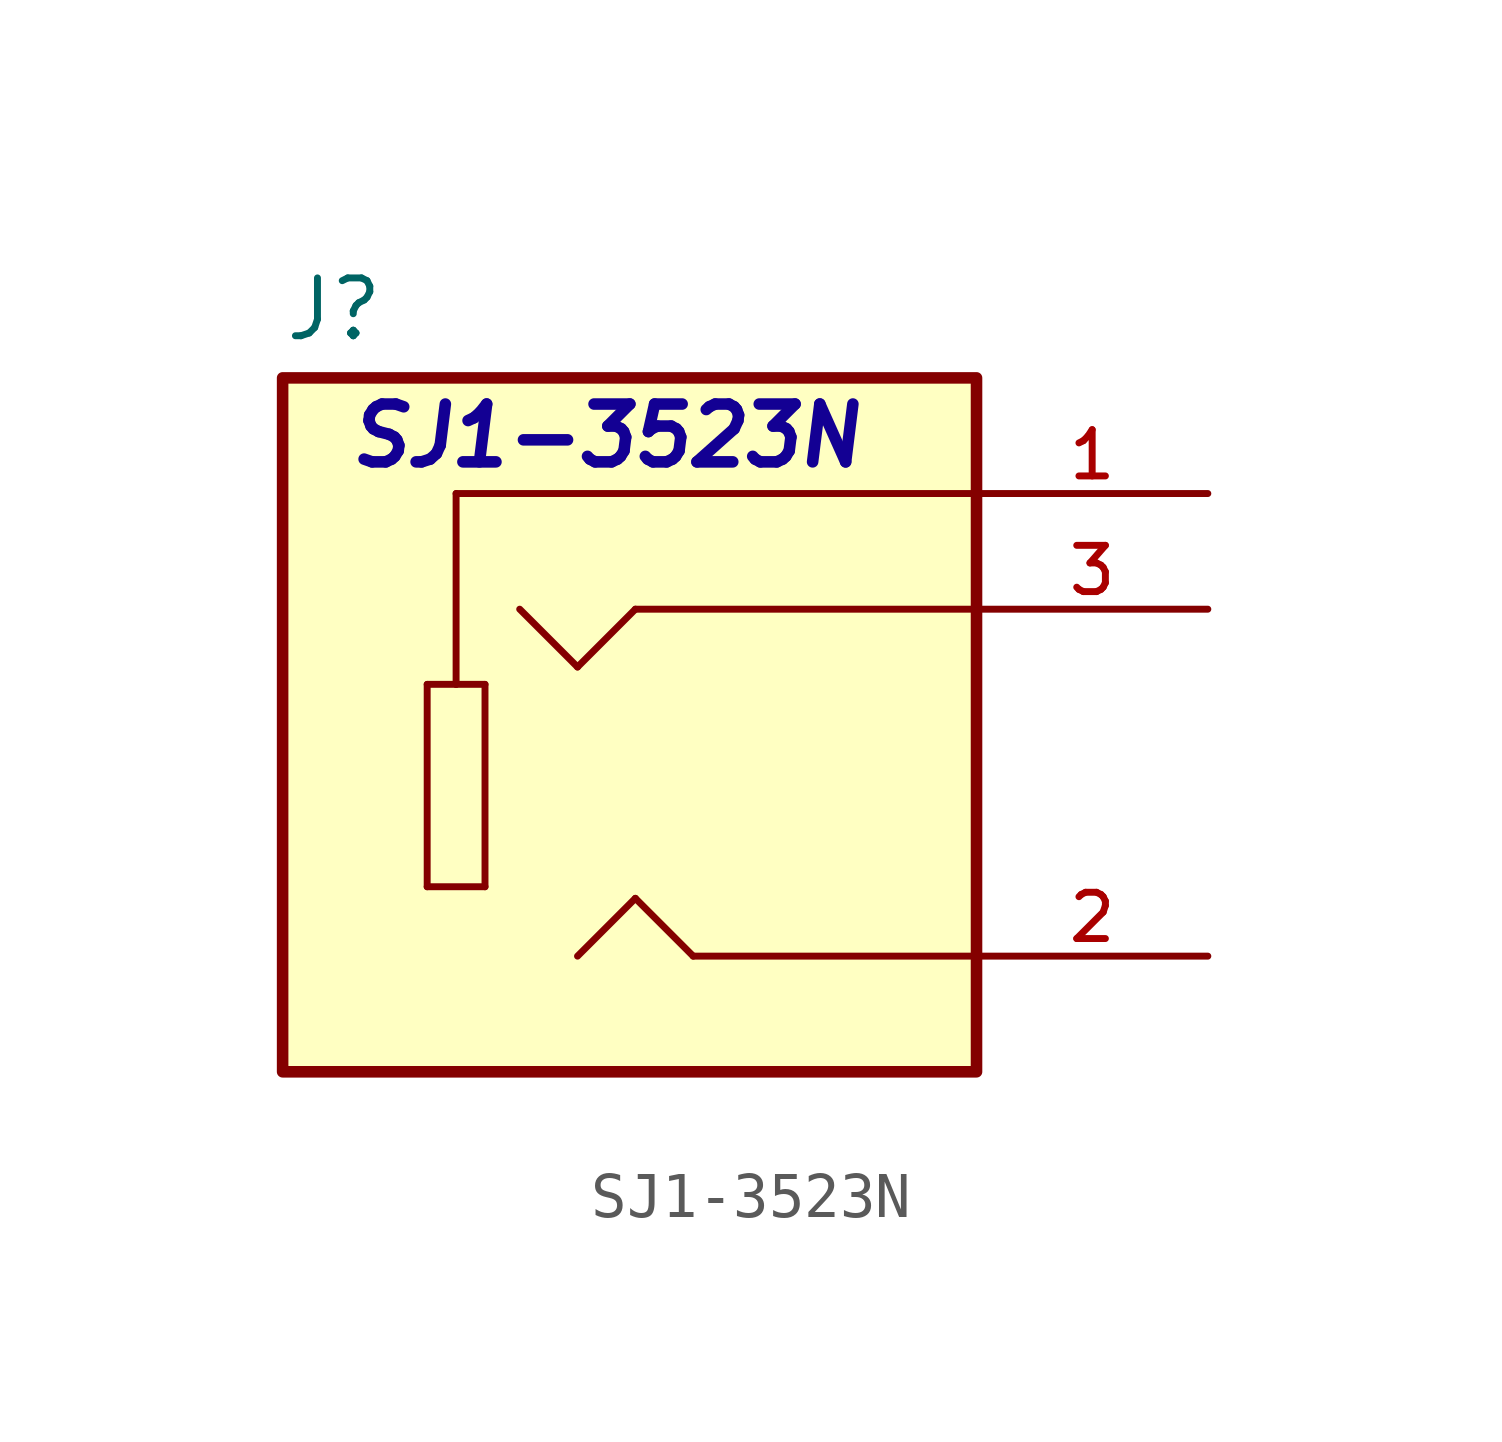
<source format=kicad_sym>
(kicad_symbol_lib
  (version 20241209)
  (generator "kicad_symbol_editor")
  (generator_version "9.0")
  (symbol "SJ1-3523N"
    (pin_names
      (offset 1.016))
    (property "Reference" "J"
      (at -7.62 8.382 0)
      (effects (font (size 1.27 1.27)) (justify left bottom)))
    (symbol "SJ1-3523N_0_0"
      (rectangle (start -7.62 -7.62) (end 7.62 7.62) (stroke (width 0.254) (type default)) (fill (type background)))
      (polyline (pts (xy -4.445 0.889) (xy -3.81 0.889)) (stroke (width 0.152) (type default)) (fill (type none)))
      (polyline (pts (xy -4.445 -3.556) (xy -4.445 0.889)) (stroke (width 0.152) (type default)) (fill (type none)))
      (polyline (pts (xy -3.81 5.08) (xy -3.81 0.889)) (stroke (width 0.152) (type default)) (fill (type none)))
      (polyline (pts (xy -3.81 0.889) (xy -3.175 0.889)) (stroke (width 0.152) (type default)) (fill (type none)))
      (polyline (pts (xy -3.175 0.889) (xy -3.175 -3.556)) (stroke (width 0.152) (type default)) (fill (type none)))
      (polyline (pts (xy -3.175 -3.556) (xy -4.445 -3.556)) (stroke (width 0.152) (type default)) (fill (type none)))
      (polyline (pts (xy -1.143 1.27) (xy -2.413 2.54)) (stroke (width 0.152) (type default)) (fill (type none)))
      (polyline (pts (xy 0.127 2.54) (xy -1.143 1.27)) (stroke (width 0.152) (type default)) (fill (type none)))
      (polyline (pts (xy 0.127 -3.81) (xy -1.143 -5.08)) (stroke (width 0.152) (type default)) (fill (type none)))
      (polyline (pts (xy 1.397 -5.08) (xy 0.127 -3.81)) (stroke (width 0.152) (type default)) (fill (type none)))
      (polyline (pts (xy 7.62 5.08) (xy -3.81 5.08)) (stroke (width 0.152) (type default)) (fill (type none)))
      (polyline (pts (xy 7.62 2.54) (xy 0.127 2.54)) (stroke (width 0.152) (type default)) (fill (type none)))
      (polyline (pts (xy 7.62 -5.08) (xy 1.397 -5.08)) (stroke (width 0.152) (type default)) (fill (type none)))
      (pin passive line (at 12.7 5.08 180) (length 5.08) (name "~" (effects (font (size 1.016 1.016)))) (number "1" (effects (font (size 1.016 1.016)))))
      (pin passive line (at 12.7 2.54 180) (length 5.08) (name "~" (effects (font (size 1.016 1.016)))) (number "3" (effects (font (size 1.016 1.016)))))
      (pin passive line (at 12.7 -5.08 180) (length 5.08) (name "~" (effects (font (size 1.016 1.016)))) (number "2" (effects (font (size 1.016 1.016))))))
    (symbol "SJ1-3523N_1_1"
      (text "SJ1-3523N" (at -0.508 6.35 0) (effects (font (size 1.27 1.27) (thickness 0.254) (bold yes) (italic yes) (color 19 0 147 1)))))))
</source>
